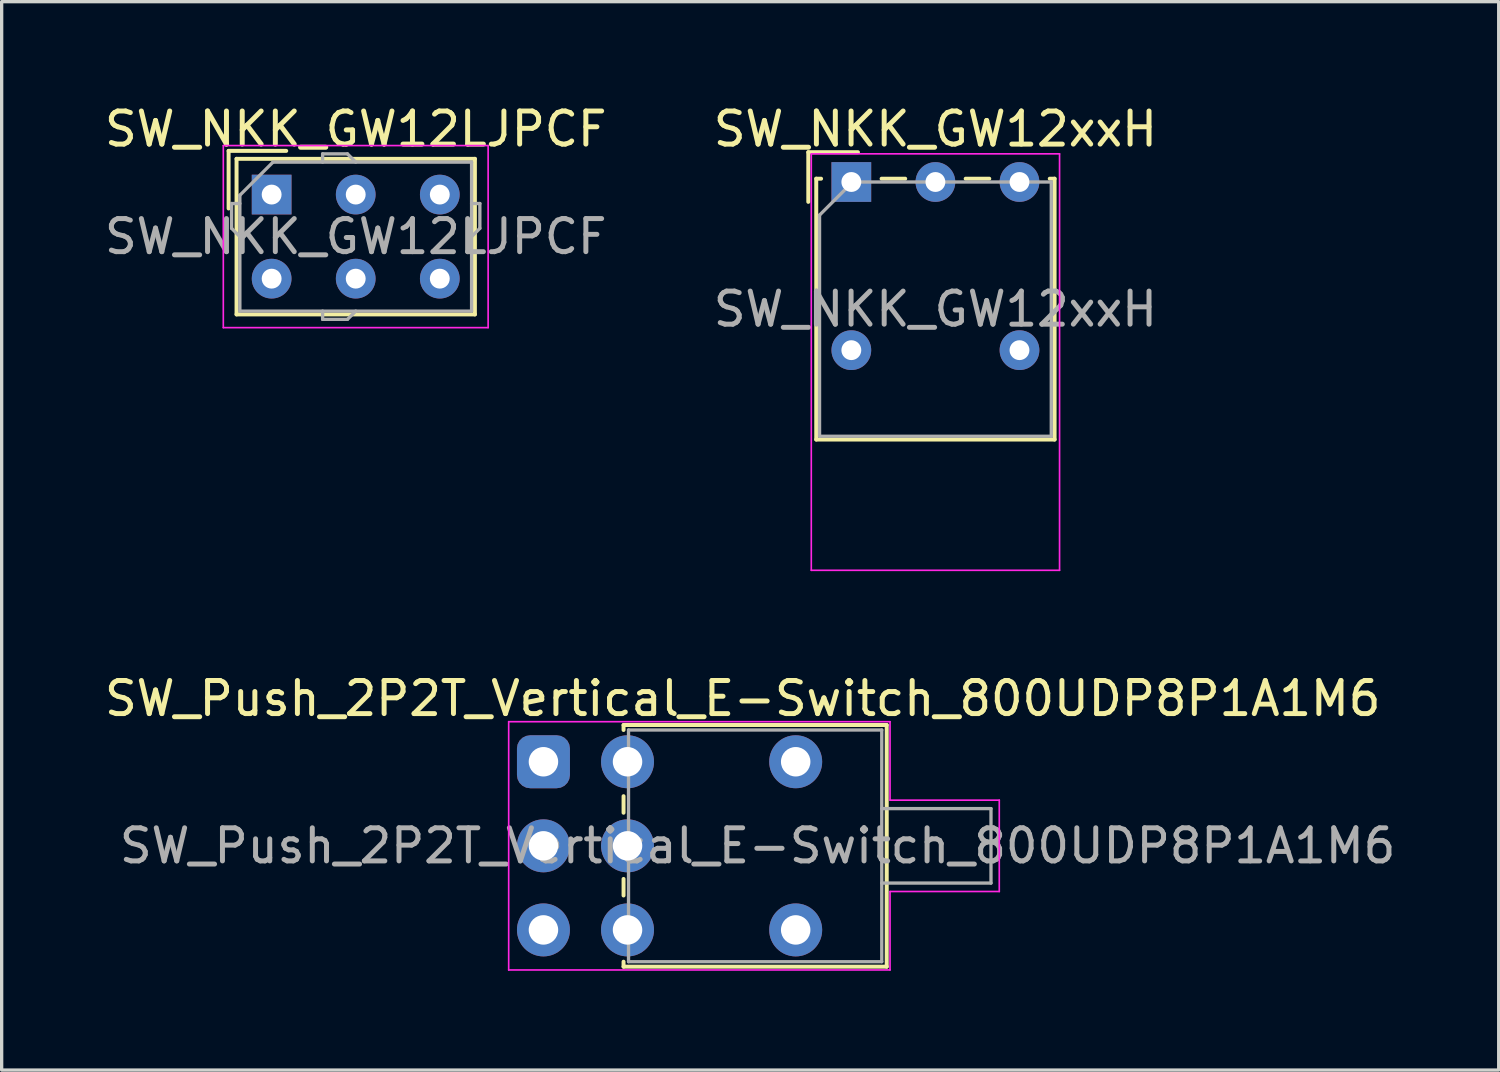
<source format=kicad_pcb>
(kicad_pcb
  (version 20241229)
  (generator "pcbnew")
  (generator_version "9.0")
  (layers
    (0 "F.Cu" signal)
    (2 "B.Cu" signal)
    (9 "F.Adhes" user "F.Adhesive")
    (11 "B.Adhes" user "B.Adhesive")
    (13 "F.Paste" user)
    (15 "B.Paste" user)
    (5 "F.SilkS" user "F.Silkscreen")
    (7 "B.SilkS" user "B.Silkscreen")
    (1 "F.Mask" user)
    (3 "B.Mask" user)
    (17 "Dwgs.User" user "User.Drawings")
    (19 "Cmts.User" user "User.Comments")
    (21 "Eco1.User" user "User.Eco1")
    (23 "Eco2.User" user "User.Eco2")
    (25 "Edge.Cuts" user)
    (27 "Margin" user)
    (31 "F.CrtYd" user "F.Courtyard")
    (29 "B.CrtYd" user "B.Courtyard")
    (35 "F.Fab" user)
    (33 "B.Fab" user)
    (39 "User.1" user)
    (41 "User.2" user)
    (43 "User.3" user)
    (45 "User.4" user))
  (footprint "SW_NKK_GW12LJPCF"
    (layer "F.Cu")
    (at 5.156 2.828)
    (property "Reference" "SW_NKK_GW12LJPCF" (at 2.54 -1.98 0) (layer "F.SilkS") (effects (font (size 1 1) (thickness 0.15))))
    (attr through_hole)
    (fp_line (start -1.3 -1.32) (end 0.44 -1.32) (stroke (width 0.12) (type solid)) (layer "F.SilkS"))
    (fp_line (start -1.3 0.42) (end -1.3 -1.32) (stroke (width 0.12) (type solid)) (layer "F.SilkS"))
    (fp_line (start -1.06 -1.08) (end -1.06 3.62) (stroke (width 0.12) (type solid)) (layer "F.SilkS"))
    (fp_line (start -1.06 3.62) (end 6.14 3.62) (stroke (width 0.12) (type solid)) (layer "F.SilkS"))
    (fp_line (start 6.14 -1.08) (end -1.06 -1.08) (stroke (width 0.12) (type solid)) (layer "F.SilkS"))
    (fp_line (start 6.14 3.62) (end 6.14 -1.08) (stroke (width 0.12) (type solid)) (layer "F.SilkS"))
    (fp_line (start -1.46 -1.48) (end -1.46 4.02) (stroke (width 0.05) (type solid)) (layer "F.CrtYd"))
    (fp_line (start -1.46 4.02) (end 6.54 4.02) (stroke (width 0.05) (type solid)) (layer "F.CrtYd"))
    (fp_line (start 6.54 -1.48) (end -1.46 -1.48) (stroke (width 0.05) (type solid)) (layer "F.CrtYd"))
    (fp_line (start 6.54 4.02) (end 6.54 -1.48) (stroke (width 0.05) (type solid)) (layer "F.CrtYd"))
    (fp_line (start -1.21 0.27) (end -0.96 0.27) (stroke (width 0.1) (type solid)) (layer "F.Fab"))
    (fp_line (start -1.21 1.02) (end -1.21 0.27) (stroke (width 0.1) (type solid)) (layer "F.Fab"))
    (fp_line (start -0.96 0.02) (end 0.04 -0.98) (stroke (width 0.1) (type solid)) (layer "F.Fab"))
    (fp_line (start -0.96 1.27) (end -1.21 1.02) (stroke (width 0.1) (type solid)) (layer "F.Fab"))
    (fp_line (start -0.96 3.52) (end -0.96 0.02) (stroke (width 0.1) (type solid)) (layer "F.Fab"))
    (fp_line (start 0.04 -0.98) (end 6.04 -0.98) (stroke (width 0.1) (type solid)) (layer "F.Fab"))
    (fp_line (start 1.54 -1.23) (end 1.54 -0.98) (stroke (width 0.1) (type solid)) (layer "F.Fab"))
    (fp_line (start 1.54 3.77) (end 1.54 3.52) (stroke (width 0.1) (type solid)) (layer "F.Fab"))
    (fp_line (start 2.29 -1.23) (end 1.54 -1.23) (stroke (width 0.1) (type solid)) (layer "F.Fab"))
    (fp_line (start 2.29 3.77) (end 1.54 3.77) (stroke (width 0.1) (type solid)) (layer "F.Fab"))
    (fp_line (start 2.54 -0.98) (end 2.29 -1.23) (stroke (width 0.1) (type solid)) (layer "F.Fab"))
    (fp_line (start 2.54 3.52) (end 2.29 3.77) (stroke (width 0.1) (type solid)) (layer "F.Fab"))
    (fp_line (start 6.04 -0.98) (end 6.04 3.52) (stroke (width 0.1) (type solid)) (layer "F.Fab"))
    (fp_line (start 6.04 1.27) (end 6.29 1.02) (stroke (width 0.1) (type solid)) (layer "F.Fab"))
    (fp_line (start 6.04 3.52) (end -0.96 3.52) (stroke (width 0.1) (type solid)) (layer "F.Fab"))
    (fp_line (start 6.29 0.27) (end 6.04 0.27) (stroke (width 0.1) (type solid)) (layer "F.Fab"))
    (fp_line (start 6.29 1.02) (end 6.29 0.27) (stroke (width 0.1) (type solid)) (layer "F.Fab"))
    (fp_text user "${REFERENCE}" (at 2.54 1.27 0) (layer "F.Fab") (effects (font (size 1 1) (thickness 0.15))))
    (pad "1" thru_hole rect (at 0 0) (size 1.2 1.2) (drill 0.6) (layers "*.Cu" "*.Mask"))
    (pad "2" thru_hole circle (at 2.54 0) (size 1.2 1.2) (drill 0.6) (layers "*.Cu" "*.Mask"))
    (pad "3" thru_hole circle (at 5.08 0) (size 1.2 1.2) (drill 0.6) (layers "*.Cu" "*.Mask"))
    (pad "4" thru_hole circle (at 0 2.54) (size 1.2 1.2) (drill 0.6) (layers "*.Cu" "*.Mask"))
    (pad "5" thru_hole circle (at 2.54 2.54) (size 1.2 1.2) (drill 0.6) (layers "*.Cu" "*.Mask"))
    (pad "6" thru_hole circle (at 5.08 2.54) (size 1.2 1.2) (drill 0.6) (layers "*.Cu" "*.Mask")))
  (footprint "SW_Push_2P2T_Vertical_E-Switch_800UDP8P1A1M6"
    (layer "F.Cu")
    (at 13.367 19.962)
    (property "Reference" "SW_Push_2P2T_Vertical_E-Switch_800UDP8P1A1M6" (at 6.02 -1.91 180) (layer "F.SilkS") (effects (font (size 1 1) (thickness 0.15))))
    (attr through_hole)
    (fp_line (start 2.42 -1.11) (end 2.42 -0.96) (stroke (width 0.12) (type solid)) (layer "F.SilkS"))
    (fp_line (start 2.42 1.54) (end 2.42 1.04) (stroke (width 0.12) (type solid)) (layer "F.SilkS"))
    (fp_line (start 2.42 4.04) (end 2.42 3.54) (stroke (width 0.12) (type solid)) (layer "F.SilkS"))
    (fp_line (start 2.42 6.19) (end 2.42 6.04) (stroke (width 0.12) (type solid)) (layer "F.SilkS"))
    (fp_line (start 2.42 6.19) (end 10.37 6.19) (stroke (width 0.12) (type solid)) (layer "F.SilkS"))
    (fp_line (start 10.37 -1.11) (end 2.42 -1.11) (stroke (width 0.12) (type solid)) (layer "F.SilkS"))
    (fp_line (start 10.37 6.19) (end 10.37 -1.11) (stroke (width 0.12) (type solid)) (layer "F.SilkS"))
    (fp_line (start -1.05 -1.21) (end 10.47 -1.21) (stroke (width 0.05) (type solid)) (layer "F.CrtYd"))
    (fp_line (start -1.05 6.29) (end -1.05 -1.21) (stroke (width 0.05) (type solid)) (layer "F.CrtYd"))
    (fp_line (start 10.47 -1.21) (end 10.47 1.16) (stroke (width 0.05) (type solid)) (layer "F.CrtYd"))
    (fp_line (start 10.47 1.16) (end 13.77 1.16) (stroke (width 0.05) (type solid)) (layer "F.CrtYd"))
    (fp_line (start 10.47 3.92) (end 10.47 6.29) (stroke (width 0.05) (type solid)) (layer "F.CrtYd"))
    (fp_line (start 10.47 6.29) (end -1.05 6.29) (stroke (width 0.05) (type solid)) (layer "F.CrtYd"))
    (fp_line (start 13.77 1.16) (end 13.77 3.92) (stroke (width 0.05) (type solid)) (layer "F.CrtYd"))
    (fp_line (start 13.77 3.92) (end 10.47 3.92) (stroke (width 0.05) (type solid)) (layer "F.CrtYd"))
    (fp_line (start 2.57 -0.96) (end 10.22 -0.96) (stroke (width 0.1) (type solid)) (layer "F.Fab"))
    (fp_line (start 2.57 6.04) (end 2.57 -0.96) (stroke (width 0.1) (type solid)) (layer "F.Fab"))
    (fp_line (start 10.22 -0.96) (end 10.22 6.04) (stroke (width 0.1) (type solid)) (layer "F.Fab"))
    (fp_line (start 10.22 6.04) (end 2.57 6.04) (stroke (width 0.1) (type solid)) (layer "F.Fab"))
    (fp_line (start 13.52 1.415) (end 10.22 1.415) (stroke (width 0.1) (type solid)) (layer "F.Fab"))
    (fp_line (start 13.52 3.665) (end 10.22 3.665) (stroke (width 0.1) (type solid)) (layer "F.Fab"))
    (fp_line (start 13.52 3.665) (end 13.52 1.415) (stroke (width 0.1) (type solid)) (layer "F.Fab"))
    (fp_text user "${REFERENCE}" (at 6.47 2.54 180) (layer "F.Fab") (effects (font (size 1 1) (thickness 0.15))))
    (pad "" thru_hole circle (at 7.62 0 180) (size 1.6 1.6) (drill 0.89) (layers "*.Cu" "*.Mask"))
    (pad "" thru_hole circle (at 7.62 5.08 180) (size 1.6 1.6) (drill 0.89) (layers "*.Cu" "*.Mask"))
    (pad "1" thru_hole roundrect (at 0 0 180) (size 1.6 1.6) (drill 0.89) (layers "*.Cu" "*.Mask") (roundrect_rratio 0.25))
    (pad "2" thru_hole circle (at 0 2.54 180) (size 1.6 1.6) (drill 0.89) (layers "*.Cu" "*.Mask"))
    (pad "3" thru_hole circle (at 0 5.08 180) (size 1.6 1.6) (drill 0.89) (layers "*.Cu" "*.Mask"))
    (pad "4" thru_hole circle (at 2.54 0 180) (size 1.6 1.6) (drill 0.89) (layers "*.Cu" "*.Mask"))
    (pad "5" thru_hole circle (at 2.54 2.54 180) (size 1.6 1.6) (drill 0.89) (layers "*.Cu" "*.Mask"))
    (pad "6" thru_hole circle (at 2.54 5.08 180) (size 1.6 1.6) (drill 0.89) (layers "*.Cu" "*.Mask")))
  (footprint "SW_NKK_GW12xxH"
    (layer "F.Cu")
    (at 22.668 2.448)
    (property "Reference" "SW_NKK_GW12xxH" (at 2.54 -1.6 0) (layer "F.SilkS") (effects (font (size 1 1) (thickness 0.15))))
    (attr through_hole)
    (fp_line (start -1.3 -0.9) (end 0.2 -0.9) (stroke (width 0.12) (type solid)) (layer "F.SilkS"))
    (fp_line (start -1.3 0.6) (end -1.3 -0.9) (stroke (width 0.12) (type solid)) (layer "F.SilkS"))
    (fp_line (start -1.06 -0.1) (end -1.06 7.78) (stroke (width 0.12) (type solid)) (layer "F.SilkS"))
    (fp_line (start -1.06 -0.1) (end -0.914 -0.1) (stroke (width 0.12) (type solid)) (layer "F.SilkS"))
    (fp_line (start -1.06 7.78) (end 6.14 7.78) (stroke (width 0.12) (type solid)) (layer "F.SilkS"))
    (fp_line (start 0.914 -0.1) (end 1.627 -0.1) (stroke (width 0.12) (type solid)) (layer "F.SilkS"))
    (fp_line (start 3.454 -0.1) (end 4.167 -0.1) (stroke (width 0.12) (type solid)) (layer "F.SilkS"))
    (fp_line (start 5.994 -0.1) (end 6.14 -0.1) (stroke (width 0.12) (type solid)) (layer "F.SilkS"))
    (fp_line (start 6.14 -0.1) (end 6.14 7.78) (stroke (width 0.12) (type solid)) (layer "F.SilkS"))
    (fp_line (start -1.21 -0.85) (end -1.21 11.73) (stroke (width 0.05) (type solid)) (layer "F.CrtYd"))
    (fp_line (start -1.21 11.73) (end 6.29 11.73) (stroke (width 0.05) (type solid)) (layer "F.CrtYd"))
    (fp_line (start 6.29 -0.85) (end -1.21 -0.85) (stroke (width 0.05) (type solid)) (layer "F.CrtYd"))
    (fp_line (start 6.29 11.73) (end 6.29 -0.85) (stroke (width 0.05) (type solid)) (layer "F.CrtYd"))
    (fp_line (start -0.96 1) (end 0.04 0) (stroke (width 0.1) (type solid)) (layer "F.Fab"))
    (fp_line (start -0.96 7.68) (end -0.96 1) (stroke (width 0.1) (type solid)) (layer "F.Fab"))
    (fp_line (start 0.04 0) (end 6.04 0) (stroke (width 0.1) (type solid)) (layer "F.Fab"))
    (fp_line (start 6.04 0) (end 6.04 7.68) (stroke (width 0.1) (type solid)) (layer "F.Fab"))
    (fp_line (start 6.04 7.68) (end -0.96 7.68) (stroke (width 0.1) (type solid)) (layer "F.Fab"))
    (fp_text user "${REFERENCE}" (at 2.54 3.84 0) (layer "F.Fab") (effects (font (size 1 1) (thickness 0.15))))
    (pad "" thru_hole circle (at 0 5.08) (size 1.2 1.2) (drill 0.6) (layers "*.Cu" "*.Mask"))
    (pad "" thru_hole circle (at 5.08 5.08) (size 1.2 1.2) (drill 0.6) (layers "*.Cu" "*.Mask"))
    (pad "1" thru_hole rect (at 0 0) (size 1.2 1.2) (drill 0.6) (layers "*.Cu" "*.Mask"))
    (pad "2" thru_hole circle (at 2.54 0) (size 1.2 1.2) (drill 0.6) (layers "*.Cu" "*.Mask"))
    (pad "3" thru_hole circle (at 5.08 0) (size 1.2 1.2) (drill 0.6) (layers "*.Cu" "*.Mask")))
  (gr_rect
    (start -3 -3)
    (end 42.224 29.276)
    (stroke (width 0.1) (type default))
    (fill no)
    (layer "Edge.Cuts")))
</source>
